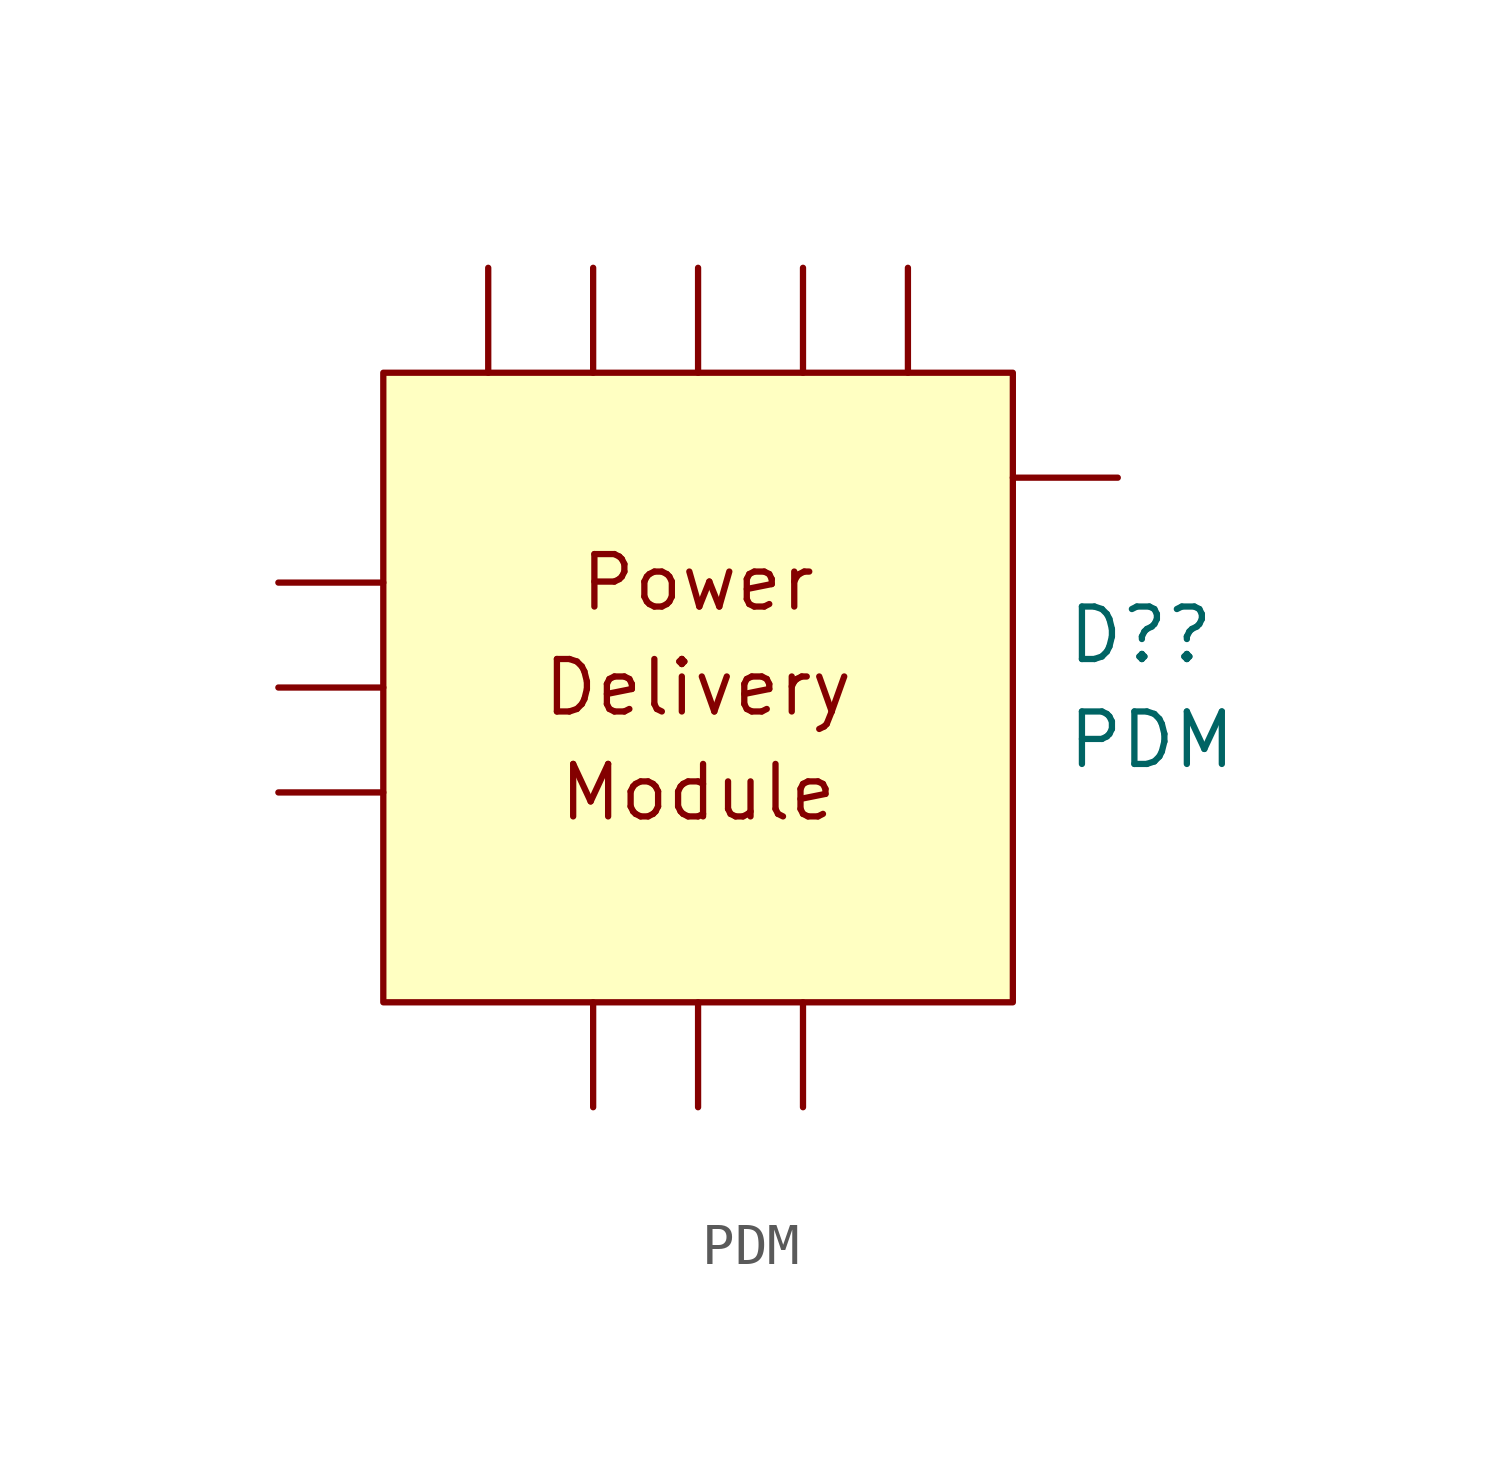
<source format=kicad_sym>
(kicad_symbol_lib
  (version 20211014)
  (generator kicad_symbol_editor)
  (symbol "PDM"
    (property "Reference" "D?"
      (at 8.89 1.27 0)
      (effects (font (size 1.27 1.27)) (justify left)))
    (property "Value" "PDM"
      (at 8.89 -1.27 0)
      (effects (font (size 1.27 1.27)) (justify left)))
    (symbol "PDM_0_0"
      (text "Delivery" (at 0 0 0) (effects (font (size 1.27 1.27))))
      (text "Module" (at 0 -2.54 0) (effects (font (size 1.27 1.27))))
      (text "Power" (at 0 2.54 0) (effects (font (size 1.27 1.27)))))
    (symbol "PDM_0_1"
      (rectangle (start -7.62 7.62) (end 7.62 -7.62) (stroke (width 0) (type default) (color 0 0 0 0)) (fill (type background))))
    (symbol "PDM_1_1"
      (pin input line (at -10.16 -2.54 0) (length 2.54) (name "" (effects (font (size 1.27 1.27)))) (number "" (effects (font (size 1.27 1.27)))))
      (pin input line (at -10.16 0 0) (length 2.54) (name "" (effects (font (size 1.27 1.27)))) (number "" (effects (font (size 1.27 1.27)))))
      (pin input line (at -10.16 2.54 0) (length 2.54) (name "" (effects (font (size 1.27 1.27)))) (number "" (effects (font (size 1.27 1.27)))))
      (pin input line (at -5.08 10.16 270) (length 2.54) (name "" (effects (font (size 1.27 1.27)))) (number "" (effects (font (size 1.27 1.27)))))
      (pin input line (at -2.54 -10.16 90) (length 2.54) (name "" (effects (font (size 1.27 1.27)))) (number "" (effects (font (size 1.27 1.27)))))
      (pin input line (at -2.54 10.16 270) (length 2.54) (name "" (effects (font (size 1.27 1.27)))) (number "" (effects (font (size 1.27 1.27)))))
      (pin input line (at 0 -10.16 90) (length 2.54) (name "" (effects (font (size 1.27 1.27)))) (number "" (effects (font (size 1.27 1.27)))))
      (pin input line (at 0 10.16 270) (length 2.54) (name "" (effects (font (size 1.27 1.27)))) (number "" (effects (font (size 1.27 1.27)))))
      (pin input line (at 2.54 -10.16 90) (length 2.54) (name "" (effects (font (size 1.27 1.27)))) (number "" (effects (font (size 1.27 1.27)))))
      (pin input line (at 2.54 10.16 270) (length 2.54) (name "" (effects (font (size 1.27 1.27)))) (number "" (effects (font (size 1.27 1.27)))))
      (pin input line (at 5.08 10.16 270) (length 2.54) (name "" (effects (font (size 1.27 1.27)))) (number "" (effects (font (size 1.27 1.27)))))
      (pin input line (at 10.16 5.08 180) (length 2.54) (name "" (effects (font (size 1.27 1.27)))) (number "" (effects (font (size 1.27 1.27))))))))
</source>
